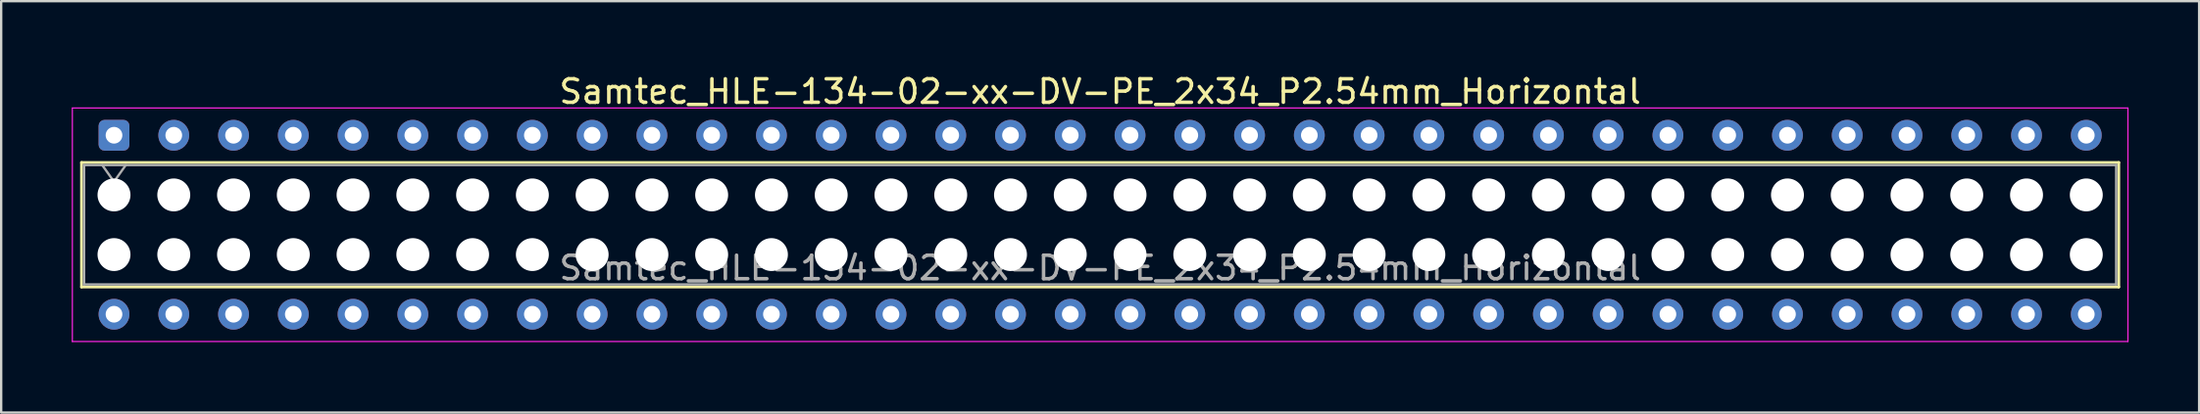
<source format=kicad_pcb>
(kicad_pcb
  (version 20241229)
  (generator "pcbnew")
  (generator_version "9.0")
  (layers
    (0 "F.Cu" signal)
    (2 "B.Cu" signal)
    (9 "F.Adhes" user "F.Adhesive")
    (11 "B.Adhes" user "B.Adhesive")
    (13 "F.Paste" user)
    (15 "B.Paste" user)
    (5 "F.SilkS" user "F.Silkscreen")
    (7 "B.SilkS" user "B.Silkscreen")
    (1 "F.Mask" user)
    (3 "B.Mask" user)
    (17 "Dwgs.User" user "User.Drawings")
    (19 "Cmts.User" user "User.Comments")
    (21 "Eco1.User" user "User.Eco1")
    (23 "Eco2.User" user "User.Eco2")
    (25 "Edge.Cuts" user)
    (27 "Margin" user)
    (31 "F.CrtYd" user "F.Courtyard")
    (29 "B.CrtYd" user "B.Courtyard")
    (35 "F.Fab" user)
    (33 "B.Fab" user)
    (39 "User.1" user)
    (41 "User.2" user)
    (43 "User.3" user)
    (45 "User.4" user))
  (footprint "Samtec_HLE-134-02-xx-DV-PE_2x34_P2.54mm_Horizontal"
    (layer "F.Cu")
    (at 1.795 2.708)
    (property "Reference" "Samtec_HLE-134-02-xx-DV-PE_2x34_P2.54mm_Horizontal" (at 41.91 -1.86 0) (layer "F.SilkS") (effects (font (size 1 1) (thickness 0.15))))
    (attr through_hole)
    (fp_line (start -1.38 1.16) (end 85.2 1.16) (stroke (width 0.12) (type solid)) (layer "F.SilkS"))
    (fp_line (start -1.38 6.46) (end -1.38 1.16) (stroke (width 0.12) (type solid)) (layer "F.SilkS"))
    (fp_line (start 85.2 1.16) (end 85.2 6.46) (stroke (width 0.12) (type solid)) (layer "F.SilkS"))
    (fp_line (start 85.2 6.46) (end -1.38 6.46) (stroke (width 0.12) (type solid)) (layer "F.SilkS"))
    (fp_line (start -1.77 -1.16) (end 85.59 -1.16) (stroke (width 0.05) (type solid)) (layer "F.CrtYd"))
    (fp_line (start -1.77 8.78) (end -1.77 -1.16) (stroke (width 0.05) (type solid)) (layer "F.CrtYd"))
    (fp_line (start 85.59 -1.16) (end 85.59 8.78) (stroke (width 0.05) (type solid)) (layer "F.CrtYd"))
    (fp_line (start 85.59 8.78) (end -1.77 8.78) (stroke (width 0.05) (type solid)) (layer "F.CrtYd"))
    (fp_line (start -1.27 1.27) (end 85.09 1.27) (stroke (width 0.1) (type solid)) (layer "F.Fab"))
    (fp_line (start -1.27 6.35) (end -1.27 1.27) (stroke (width 0.1) (type solid)) (layer "F.Fab"))
    (fp_line (start -0.5 1.27) (end 0 1.977) (stroke (width 0.1) (type solid)) (layer "F.Fab"))
    (fp_line (start 0 1.977) (end 0.5 1.27) (stroke (width 0.1) (type solid)) (layer "F.Fab"))
    (fp_line (start 85.09 1.27) (end 85.09 6.35) (stroke (width 0.1) (type solid)) (layer "F.Fab"))
    (fp_line (start 85.09 6.35) (end -1.27 6.35) (stroke (width 0.1) (type solid)) (layer "F.Fab"))
    (fp_text user "${REFERENCE}" (at 41.91 5.65 0) (layer "F.Fab") (effects (font (size 1 1) (thickness 0.15))))
    (pad "" np_thru_hole circle (at 0 2.54) (size 1.4 1.4) (drill 1.4) (layers "*.Cu" "*.Mask"))
    (pad "" np_thru_hole circle (at 0 5.08) (size 1.4 1.4) (drill 1.4) (layers "*.Cu" "*.Mask"))
    (pad "" np_thru_hole circle (at 2.54 2.54) (size 1.4 1.4) (drill 1.4) (layers "*.Cu" "*.Mask"))
    (pad "" np_thru_hole circle (at 2.54 5.08) (size 1.4 1.4) (drill 1.4) (layers "*.Cu" "*.Mask"))
    (pad "" np_thru_hole circle (at 5.08 2.54) (size 1.4 1.4) (drill 1.4) (layers "*.Cu" "*.Mask"))
    (pad "" np_thru_hole circle (at 5.08 5.08) (size 1.4 1.4) (drill 1.4) (layers "*.Cu" "*.Mask"))
    (pad "" np_thru_hole circle (at 7.62 2.54) (size 1.4 1.4) (drill 1.4) (layers "*.Cu" "*.Mask"))
    (pad "" np_thru_hole circle (at 7.62 5.08) (size 1.4 1.4) (drill 1.4) (layers "*.Cu" "*.Mask"))
    (pad "" np_thru_hole circle (at 10.16 2.54) (size 1.4 1.4) (drill 1.4) (layers "*.Cu" "*.Mask"))
    (pad "" np_thru_hole circle (at 10.16 5.08) (size 1.4 1.4) (drill 1.4) (layers "*.Cu" "*.Mask"))
    (pad "" np_thru_hole circle (at 12.7 2.54) (size 1.4 1.4) (drill 1.4) (layers "*.Cu" "*.Mask"))
    (pad "" np_thru_hole circle (at 12.7 5.08) (size 1.4 1.4) (drill 1.4) (layers "*.Cu" "*.Mask"))
    (pad "" np_thru_hole circle (at 15.24 2.54) (size 1.4 1.4) (drill 1.4) (layers "*.Cu" "*.Mask"))
    (pad "" np_thru_hole circle (at 15.24 5.08) (size 1.4 1.4) (drill 1.4) (layers "*.Cu" "*.Mask"))
    (pad "" np_thru_hole circle (at 17.78 2.54) (size 1.4 1.4) (drill 1.4) (layers "*.Cu" "*.Mask"))
    (pad "" np_thru_hole circle (at 17.78 5.08) (size 1.4 1.4) (drill 1.4) (layers "*.Cu" "*.Mask"))
    (pad "" np_thru_hole circle (at 20.32 2.54) (size 1.4 1.4) (drill 1.4) (layers "*.Cu" "*.Mask"))
    (pad "" np_thru_hole circle (at 20.32 5.08) (size 1.4 1.4) (drill 1.4) (layers "*.Cu" "*.Mask"))
    (pad "" np_thru_hole circle (at 22.86 2.54) (size 1.4 1.4) (drill 1.4) (layers "*.Cu" "*.Mask"))
    (pad "" np_thru_hole circle (at 22.86 5.08) (size 1.4 1.4) (drill 1.4) (layers "*.Cu" "*.Mask"))
    (pad "" np_thru_hole circle (at 25.4 2.54) (size 1.4 1.4) (drill 1.4) (layers "*.Cu" "*.Mask"))
    (pad "" np_thru_hole circle (at 25.4 5.08) (size 1.4 1.4) (drill 1.4) (layers "*.Cu" "*.Mask"))
    (pad "" np_thru_hole circle (at 27.94 2.54) (size 1.4 1.4) (drill 1.4) (layers "*.Cu" "*.Mask"))
    (pad "" np_thru_hole circle (at 27.94 5.08) (size 1.4 1.4) (drill 1.4) (layers "*.Cu" "*.Mask"))
    (pad "" np_thru_hole circle (at 30.48 2.54) (size 1.4 1.4) (drill 1.4) (layers "*.Cu" "*.Mask"))
    (pad "" np_thru_hole circle (at 30.48 5.08) (size 1.4 1.4) (drill 1.4) (layers "*.Cu" "*.Mask"))
    (pad "" np_thru_hole circle (at 33.02 2.54) (size 1.4 1.4) (drill 1.4) (layers "*.Cu" "*.Mask"))
    (pad "" np_thru_hole circle (at 33.02 5.08) (size 1.4 1.4) (drill 1.4) (layers "*.Cu" "*.Mask"))
    (pad "" np_thru_hole circle (at 35.56 2.54) (size 1.4 1.4) (drill 1.4) (layers "*.Cu" "*.Mask"))
    (pad "" np_thru_hole circle (at 35.56 5.08) (size 1.4 1.4) (drill 1.4) (layers "*.Cu" "*.Mask"))
    (pad "" np_thru_hole circle (at 38.1 2.54) (size 1.4 1.4) (drill 1.4) (layers "*.Cu" "*.Mask"))
    (pad "" np_thru_hole circle (at 38.1 5.08) (size 1.4 1.4) (drill 1.4) (layers "*.Cu" "*.Mask"))
    (pad "" np_thru_hole circle (at 40.64 2.54) (size 1.4 1.4) (drill 1.4) (layers "*.Cu" "*.Mask"))
    (pad "" np_thru_hole circle (at 40.64 5.08) (size 1.4 1.4) (drill 1.4) (layers "*.Cu" "*.Mask"))
    (pad "" np_thru_hole circle (at 43.18 2.54) (size 1.4 1.4) (drill 1.4) (layers "*.Cu" "*.Mask"))
    (pad "" np_thru_hole circle (at 43.18 5.08) (size 1.4 1.4) (drill 1.4) (layers "*.Cu" "*.Mask"))
    (pad "" np_thru_hole circle (at 45.72 2.54) (size 1.4 1.4) (drill 1.4) (layers "*.Cu" "*.Mask"))
    (pad "" np_thru_hole circle (at 45.72 5.08) (size 1.4 1.4) (drill 1.4) (layers "*.Cu" "*.Mask"))
    (pad "" np_thru_hole circle (at 48.26 2.54) (size 1.4 1.4) (drill 1.4) (layers "*.Cu" "*.Mask"))
    (pad "" np_thru_hole circle (at 48.26 5.08) (size 1.4 1.4) (drill 1.4) (layers "*.Cu" "*.Mask"))
    (pad "" np_thru_hole circle (at 50.8 2.54) (size 1.4 1.4) (drill 1.4) (layers "*.Cu" "*.Mask"))
    (pad "" np_thru_hole circle (at 50.8 5.08) (size 1.4 1.4) (drill 1.4) (layers "*.Cu" "*.Mask"))
    (pad "" np_thru_hole circle (at 53.34 2.54) (size 1.4 1.4) (drill 1.4) (layers "*.Cu" "*.Mask"))
    (pad "" np_thru_hole circle (at 53.34 5.08) (size 1.4 1.4) (drill 1.4) (layers "*.Cu" "*.Mask"))
    (pad "" np_thru_hole circle (at 55.88 2.54) (size 1.4 1.4) (drill 1.4) (layers "*.Cu" "*.Mask"))
    (pad "" np_thru_hole circle (at 55.88 5.08) (size 1.4 1.4) (drill 1.4) (layers "*.Cu" "*.Mask"))
    (pad "" np_thru_hole circle (at 58.42 2.54) (size 1.4 1.4) (drill 1.4) (layers "*.Cu" "*.Mask"))
    (pad "" np_thru_hole circle (at 58.42 5.08) (size 1.4 1.4) (drill 1.4) (layers "*.Cu" "*.Mask"))
    (pad "" np_thru_hole circle (at 60.96 2.54) (size 1.4 1.4) (drill 1.4) (layers "*.Cu" "*.Mask"))
    (pad "" np_thru_hole circle (at 60.96 5.08) (size 1.4 1.4) (drill 1.4) (layers "*.Cu" "*.Mask"))
    (pad "" np_thru_hole circle (at 63.5 2.54) (size 1.4 1.4) (drill 1.4) (layers "*.Cu" "*.Mask"))
    (pad "" np_thru_hole circle (at 63.5 5.08) (size 1.4 1.4) (drill 1.4) (layers "*.Cu" "*.Mask"))
    (pad "" np_thru_hole circle (at 66.04 2.54) (size 1.4 1.4) (drill 1.4) (layers "*.Cu" "*.Mask"))
    (pad "" np_thru_hole circle (at 66.04 5.08) (size 1.4 1.4) (drill 1.4) (layers "*.Cu" "*.Mask"))
    (pad "" np_thru_hole circle (at 68.58 2.54) (size 1.4 1.4) (drill 1.4) (layers "*.Cu" "*.Mask"))
    (pad "" np_thru_hole circle (at 68.58 5.08) (size 1.4 1.4) (drill 1.4) (layers "*.Cu" "*.Mask"))
    (pad "" np_thru_hole circle (at 71.12 2.54) (size 1.4 1.4) (drill 1.4) (layers "*.Cu" "*.Mask"))
    (pad "" np_thru_hole circle (at 71.12 5.08) (size 1.4 1.4) (drill 1.4) (layers "*.Cu" "*.Mask"))
    (pad "" np_thru_hole circle (at 73.66 2.54) (size 1.4 1.4) (drill 1.4) (layers "*.Cu" "*.Mask"))
    (pad "" np_thru_hole circle (at 73.66 5.08) (size 1.4 1.4) (drill 1.4) (layers "*.Cu" "*.Mask"))
    (pad "" np_thru_hole circle (at 76.2 2.54) (size 1.4 1.4) (drill 1.4) (layers "*.Cu" "*.Mask"))
    (pad "" np_thru_hole circle (at 76.2 5.08) (size 1.4 1.4) (drill 1.4) (layers "*.Cu" "*.Mask"))
    (pad "" np_thru_hole circle (at 78.74 2.54) (size 1.4 1.4) (drill 1.4) (layers "*.Cu" "*.Mask"))
    (pad "" np_thru_hole circle (at 78.74 5.08) (size 1.4 1.4) (drill 1.4) (layers "*.Cu" "*.Mask"))
    (pad "" np_thru_hole circle (at 81.28 2.54) (size 1.4 1.4) (drill 1.4) (layers "*.Cu" "*.Mask"))
    (pad "" np_thru_hole circle (at 81.28 5.08) (size 1.4 1.4) (drill 1.4) (layers "*.Cu" "*.Mask"))
    (pad "" np_thru_hole circle (at 83.82 2.54) (size 1.4 1.4) (drill 1.4) (layers "*.Cu" "*.Mask"))
    (pad "" np_thru_hole circle (at 83.82 5.08) (size 1.4 1.4) (drill 1.4) (layers "*.Cu" "*.Mask"))
    (pad "1" thru_hole roundrect (at 0 0) (size 1.31 1.31) (drill 0.71) (layers "*.Cu" "*.Mask") (roundrect_rratio 0.191))
    (pad "2" thru_hole circle (at 0 7.62) (size 1.31 1.31) (drill 0.71) (layers "*.Cu" "*.Mask"))
    (pad "3" thru_hole circle (at 2.54 0) (size 1.31 1.31) (drill 0.71) (layers "*.Cu" "*.Mask"))
    (pad "4" thru_hole circle (at 2.54 7.62) (size 1.31 1.31) (drill 0.71) (layers "*.Cu" "*.Mask"))
    (pad "5" thru_hole circle (at 5.08 0) (size 1.31 1.31) (drill 0.71) (layers "*.Cu" "*.Mask"))
    (pad "6" thru_hole circle (at 5.08 7.62) (size 1.31 1.31) (drill 0.71) (layers "*.Cu" "*.Mask"))
    (pad "7" thru_hole circle (at 7.62 0) (size 1.31 1.31) (drill 0.71) (layers "*.Cu" "*.Mask"))
    (pad "8" thru_hole circle (at 7.62 7.62) (size 1.31 1.31) (drill 0.71) (layers "*.Cu" "*.Mask"))
    (pad "9" thru_hole circle (at 10.16 0) (size 1.31 1.31) (drill 0.71) (layers "*.Cu" "*.Mask"))
    (pad "10" thru_hole circle (at 10.16 7.62) (size 1.31 1.31) (drill 0.71) (layers "*.Cu" "*.Mask"))
    (pad "11" thru_hole circle (at 12.7 0) (size 1.31 1.31) (drill 0.71) (layers "*.Cu" "*.Mask"))
    (pad "12" thru_hole circle (at 12.7 7.62) (size 1.31 1.31) (drill 0.71) (layers "*.Cu" "*.Mask"))
    (pad "13" thru_hole circle (at 15.24 0) (size 1.31 1.31) (drill 0.71) (layers "*.Cu" "*.Mask"))
    (pad "14" thru_hole circle (at 15.24 7.62) (size 1.31 1.31) (drill 0.71) (layers "*.Cu" "*.Mask"))
    (pad "15" thru_hole circle (at 17.78 0) (size 1.31 1.31) (drill 0.71) (layers "*.Cu" "*.Mask"))
    (pad "16" thru_hole circle (at 17.78 7.62) (size 1.31 1.31) (drill 0.71) (layers "*.Cu" "*.Mask"))
    (pad "17" thru_hole circle (at 20.32 0) (size 1.31 1.31) (drill 0.71) (layers "*.Cu" "*.Mask"))
    (pad "18" thru_hole circle (at 20.32 7.62) (size 1.31 1.31) (drill 0.71) (layers "*.Cu" "*.Mask"))
    (pad "19" thru_hole circle (at 22.86 0) (size 1.31 1.31) (drill 0.71) (layers "*.Cu" "*.Mask"))
    (pad "20" thru_hole circle (at 22.86 7.62) (size 1.31 1.31) (drill 0.71) (layers "*.Cu" "*.Mask"))
    (pad "21" thru_hole circle (at 25.4 0) (size 1.31 1.31) (drill 0.71) (layers "*.Cu" "*.Mask"))
    (pad "22" thru_hole circle (at 25.4 7.62) (size 1.31 1.31) (drill 0.71) (layers "*.Cu" "*.Mask"))
    (pad "23" thru_hole circle (at 27.94 0) (size 1.31 1.31) (drill 0.71) (layers "*.Cu" "*.Mask"))
    (pad "24" thru_hole circle (at 27.94 7.62) (size 1.31 1.31) (drill 0.71) (layers "*.Cu" "*.Mask"))
    (pad "25" thru_hole circle (at 30.48 0) (size 1.31 1.31) (drill 0.71) (layers "*.Cu" "*.Mask"))
    (pad "26" thru_hole circle (at 30.48 7.62) (size 1.31 1.31) (drill 0.71) (layers "*.Cu" "*.Mask"))
    (pad "27" thru_hole circle (at 33.02 0) (size 1.31 1.31) (drill 0.71) (layers "*.Cu" "*.Mask"))
    (pad "28" thru_hole circle (at 33.02 7.62) (size 1.31 1.31) (drill 0.71) (layers "*.Cu" "*.Mask"))
    (pad "29" thru_hole circle (at 35.56 0) (size 1.31 1.31) (drill 0.71) (layers "*.Cu" "*.Mask"))
    (pad "30" thru_hole circle (at 35.56 7.62) (size 1.31 1.31) (drill 0.71) (layers "*.Cu" "*.Mask"))
    (pad "31" thru_hole circle (at 38.1 0) (size 1.31 1.31) (drill 0.71) (layers "*.Cu" "*.Mask"))
    (pad "32" thru_hole circle (at 38.1 7.62) (size 1.31 1.31) (drill 0.71) (layers "*.Cu" "*.Mask"))
    (pad "33" thru_hole circle (at 40.64 0) (size 1.31 1.31) (drill 0.71) (layers "*.Cu" "*.Mask"))
    (pad "34" thru_hole circle (at 40.64 7.62) (size 1.31 1.31) (drill 0.71) (layers "*.Cu" "*.Mask"))
    (pad "35" thru_hole circle (at 43.18 0) (size 1.31 1.31) (drill 0.71) (layers "*.Cu" "*.Mask"))
    (pad "36" thru_hole circle (at 43.18 7.62) (size 1.31 1.31) (drill 0.71) (layers "*.Cu" "*.Mask"))
    (pad "37" thru_hole circle (at 45.72 0) (size 1.31 1.31) (drill 0.71) (layers "*.Cu" "*.Mask"))
    (pad "38" thru_hole circle (at 45.72 7.62) (size 1.31 1.31) (drill 0.71) (layers "*.Cu" "*.Mask"))
    (pad "39" thru_hole circle (at 48.26 0) (size 1.31 1.31) (drill 0.71) (layers "*.Cu" "*.Mask"))
    (pad "40" thru_hole circle (at 48.26 7.62) (size 1.31 1.31) (drill 0.71) (layers "*.Cu" "*.Mask"))
    (pad "41" thru_hole circle (at 50.8 0) (size 1.31 1.31) (drill 0.71) (layers "*.Cu" "*.Mask"))
    (pad "42" thru_hole circle (at 50.8 7.62) (size 1.31 1.31) (drill 0.71) (layers "*.Cu" "*.Mask"))
    (pad "43" thru_hole circle (at 53.34 0) (size 1.31 1.31) (drill 0.71) (layers "*.Cu" "*.Mask"))
    (pad "44" thru_hole circle (at 53.34 7.62) (size 1.31 1.31) (drill 0.71) (layers "*.Cu" "*.Mask"))
    (pad "45" thru_hole circle (at 55.88 0) (size 1.31 1.31) (drill 0.71) (layers "*.Cu" "*.Mask"))
    (pad "46" thru_hole circle (at 55.88 7.62) (size 1.31 1.31) (drill 0.71) (layers "*.Cu" "*.Mask"))
    (pad "47" thru_hole circle (at 58.42 0) (size 1.31 1.31) (drill 0.71) (layers "*.Cu" "*.Mask"))
    (pad "48" thru_hole circle (at 58.42 7.62) (size 1.31 1.31) (drill 0.71) (layers "*.Cu" "*.Mask"))
    (pad "49" thru_hole circle (at 60.96 0) (size 1.31 1.31) (drill 0.71) (layers "*.Cu" "*.Mask"))
    (pad "50" thru_hole circle (at 60.96 7.62) (size 1.31 1.31) (drill 0.71) (layers "*.Cu" "*.Mask"))
    (pad "51" thru_hole circle (at 63.5 0) (size 1.31 1.31) (drill 0.71) (layers "*.Cu" "*.Mask"))
    (pad "52" thru_hole circle (at 63.5 7.62) (size 1.31 1.31) (drill 0.71) (layers "*.Cu" "*.Mask"))
    (pad "53" thru_hole circle (at 66.04 0) (size 1.31 1.31) (drill 0.71) (layers "*.Cu" "*.Mask"))
    (pad "54" thru_hole circle (at 66.04 7.62) (size 1.31 1.31) (drill 0.71) (layers "*.Cu" "*.Mask"))
    (pad "55" thru_hole circle (at 68.58 0) (size 1.31 1.31) (drill 0.71) (layers "*.Cu" "*.Mask"))
    (pad "56" thru_hole circle (at 68.58 7.62) (size 1.31 1.31) (drill 0.71) (layers "*.Cu" "*.Mask"))
    (pad "57" thru_hole circle (at 71.12 0) (size 1.31 1.31) (drill 0.71) (layers "*.Cu" "*.Mask"))
    (pad "58" thru_hole circle (at 71.12 7.62) (size 1.31 1.31) (drill 0.71) (layers "*.Cu" "*.Mask"))
    (pad "59" thru_hole circle (at 73.66 0) (size 1.31 1.31) (drill 0.71) (layers "*.Cu" "*.Mask"))
    (pad "60" thru_hole circle (at 73.66 7.62) (size 1.31 1.31) (drill 0.71) (layers "*.Cu" "*.Mask"))
    (pad "61" thru_hole circle (at 76.2 0) (size 1.31 1.31) (drill 0.71) (layers "*.Cu" "*.Mask"))
    (pad "62" thru_hole circle (at 76.2 7.62) (size 1.31 1.31) (drill 0.71) (layers "*.Cu" "*.Mask"))
    (pad "63" thru_hole circle (at 78.74 0) (size 1.31 1.31) (drill 0.71) (layers "*.Cu" "*.Mask"))
    (pad "64" thru_hole circle (at 78.74 7.62) (size 1.31 1.31) (drill 0.71) (layers "*.Cu" "*.Mask"))
    (pad "65" thru_hole circle (at 81.28 0) (size 1.31 1.31) (drill 0.71) (layers "*.Cu" "*.Mask"))
    (pad "66" thru_hole circle (at 81.28 7.62) (size 1.31 1.31) (drill 0.71) (layers "*.Cu" "*.Mask"))
    (pad "67" thru_hole circle (at 83.82 0) (size 1.31 1.31) (drill 0.71) (layers "*.Cu" "*.Mask"))
    (pad "68" thru_hole circle (at 83.82 7.62) (size 1.31 1.31) (drill 0.71) (layers "*.Cu" "*.Mask")))
  (gr_rect
    (start -3 -3)
    (end 90.41 14.513)
    (stroke (width 0.1) (type default))
    (fill no)
    (layer "Edge.Cuts")))
</source>
